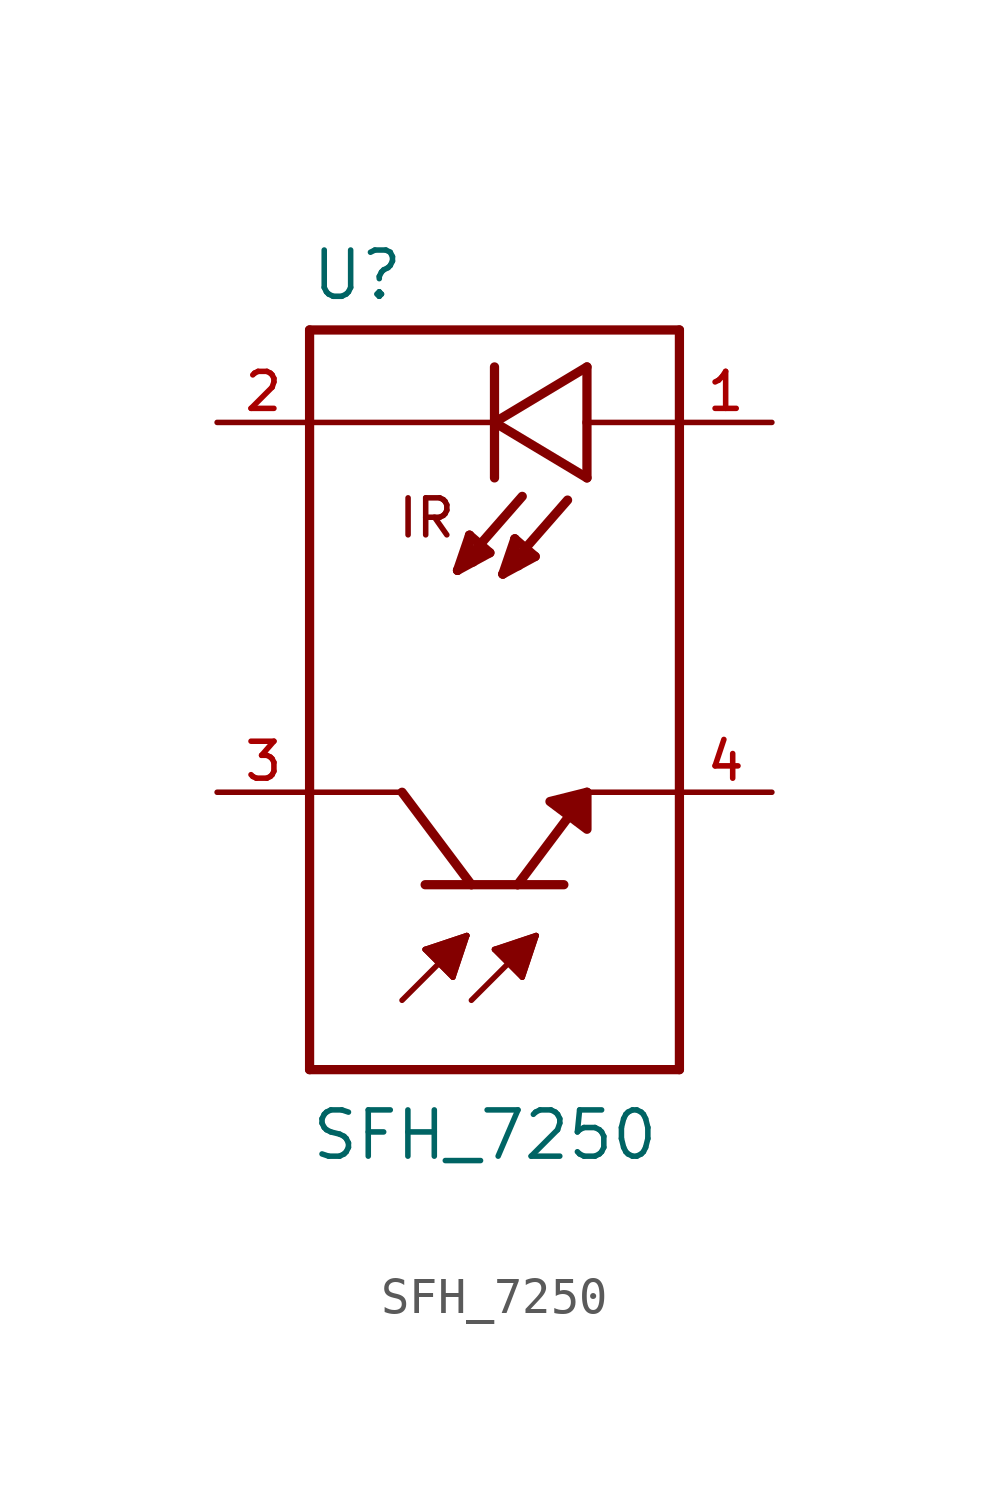
<source format=kicad_sym>
(kicad_symbol_lib
  (version 20231120)
  (generator "kicad_symbol_editor")
  (generator_version "8.0")
  (symbol "SFH_7250"
    (pin_names
      (offset 1.016))
    (property "Reference" "U"
      (at -5.08 10.922 0)
      (effects (font (size 1.27 1.27)) (justify left bottom)))
    (property "Value" "SFH_7250"
      (at -5.08 -12.7 0)
      (effects (font (size 1.27 1.27)) (justify left bottom)))
    (symbol "SFH_7250_0_0"
      (polyline (pts (xy -5.08 -10.16) (xy -5.08 -2.54)) (stroke (width 0.254) (type default)) (fill (type none)))
      (polyline (pts (xy -5.08 -2.54) (xy -5.08 10.16)) (stroke (width 0.254) (type default)) (fill (type none)))
      (polyline (pts (xy -5.08 10.16) (xy 5.08 10.16)) (stroke (width 0.254) (type default)) (fill (type none)))
      (polyline (pts (xy -2.54 -8.255) (xy -0.762 -6.477)) (stroke (width 0.152) (type default)) (fill (type none)))
      (polyline (pts (xy -2.54 -2.54) (xy -5.08 -2.54)) (stroke (width 0.152) (type default)) (fill (type none)))
      (polyline (pts (xy -1.905 -6.858) (xy -0.762 -6.477)) (stroke (width 0.152) (type default)) (fill (type none)))
      (polyline (pts (xy -1.905 -5.08) (xy -0.635 -5.08)) (stroke (width 0.254) (type default)) (fill (type none)))
      (polyline (pts (xy -1.143 -7.62) (xy -1.905 -6.858)) (stroke (width 0.152) (type default)) (fill (type none)))
      (polyline (pts (xy -1.016 3.556) (xy -0.686 4.521)) (stroke (width 0.254) (type default)) (fill (type none)))
      (polyline (pts (xy -1.016 3.556) (xy 0.762 5.588)) (stroke (width 0.254) (type default)) (fill (type none)))
      (polyline (pts (xy -0.762 -6.477) (xy -1.143 -7.62)) (stroke (width 0.152) (type default)) (fill (type none)))
      (polyline (pts (xy -0.711 3.785) (xy -0.584 3.785)) (stroke (width 0.254) (type default)) (fill (type none)))
      (polyline (pts (xy -0.686 4.521) (xy -0.711 3.785)) (stroke (width 0.254) (type default)) (fill (type none)))
      (polyline (pts (xy -0.686 4.521) (xy -0.127 4.039)) (stroke (width 0.254) (type default)) (fill (type none)))
      (polyline (pts (xy -0.635 -8.255) (xy 1.143 -6.477)) (stroke (width 0.152) (type default)) (fill (type none)))
      (polyline (pts (xy -0.635 -5.08) (xy -2.54 -2.54)) (stroke (width 0.254) (type default)) (fill (type none)))
      (polyline (pts (xy -0.635 -5.08) (xy 0.635 -5.08)) (stroke (width 0.254) (type default)) (fill (type none)))
      (polyline (pts (xy -0.305 4.115) (xy -0.533 3.962)) (stroke (width 0.254) (type default)) (fill (type none)))
      (polyline (pts (xy -0.127 4.039) (xy -1.016 3.556)) (stroke (width 0.254) (type default)) (fill (type none)))
      (polyline (pts (xy 0 -6.858) (xy 1.143 -6.477)) (stroke (width 0.152) (type default)) (fill (type none)))
      (polyline (pts (xy 0 6.096) (xy 0 7.62)) (stroke (width 0.254) (type default)) (fill (type none)))
      (polyline (pts (xy 0 7.62) (xy -5.08 7.62)) (stroke (width 0.152) (type default)) (fill (type none)))
      (polyline (pts (xy 0 7.62) (xy 0 9.144)) (stroke (width 0.254) (type default)) (fill (type none)))
      (polyline (pts (xy 0 7.62) (xy 2.54 6.096)) (stroke (width 0.254) (type default)) (fill (type none)))
      (polyline (pts (xy 0.229 3.454) (xy 0.559 4.42)) (stroke (width 0.254) (type default)) (fill (type none)))
      (polyline (pts (xy 0.229 3.454) (xy 2.007 5.486)) (stroke (width 0.254) (type default)) (fill (type none)))
      (polyline (pts (xy 0.533 3.683) (xy 0.66 3.683)) (stroke (width 0.254) (type default)) (fill (type none)))
      (polyline (pts (xy 0.559 4.42) (xy 0.533 3.683)) (stroke (width 0.254) (type default)) (fill (type none)))
      (polyline (pts (xy 0.559 4.42) (xy 1.118 3.937)) (stroke (width 0.254) (type default)) (fill (type none)))
      (polyline (pts (xy 0.635 -5.08) (xy 1.905 -5.08)) (stroke (width 0.254) (type default)) (fill (type none)))
      (polyline (pts (xy 0.635 -5.08) (xy 2.54 -2.54)) (stroke (width 0.254) (type default)) (fill (type none)))
      (polyline (pts (xy 0.762 -7.62) (xy 0 -6.858)) (stroke (width 0.152) (type default)) (fill (type none)))
      (polyline (pts (xy 0.94 4.013) (xy 0.711 3.861)) (stroke (width 0.254) (type default)) (fill (type none)))
      (polyline (pts (xy 1.118 3.937) (xy 0.229 3.454)) (stroke (width 0.254) (type default)) (fill (type none)))
      (polyline (pts (xy 1.143 -6.477) (xy 0.762 -7.62)) (stroke (width 0.152) (type default)) (fill (type none)))
      (polyline (pts (xy 2.286 -2.794) (xy 2.54 -2.54)) (stroke (width 0.152) (type default)) (fill (type none)))
      (polyline (pts (xy 2.54 6.096) (xy 2.54 7.62)) (stroke (width 0.254) (type default)) (fill (type none)))
      (polyline (pts (xy 2.54 7.62) (xy 2.54 9.144)) (stroke (width 0.254) (type default)) (fill (type none)))
      (polyline (pts (xy 2.54 7.62) (xy 5.08 7.62)) (stroke (width 0.152) (type default)) (fill (type none)))
      (polyline (pts (xy 2.54 9.144) (xy 0 7.62)) (stroke (width 0.254) (type default)) (fill (type none)))
      (polyline (pts (xy 5.08 -10.16) (xy -5.08 -10.16)) (stroke (width 0.254) (type default)) (fill (type none)))
      (polyline (pts (xy 5.08 -10.16) (xy 5.08 -2.54)) (stroke (width 0.254) (type default)) (fill (type none)))
      (polyline (pts (xy 5.08 -2.54) (xy 2.54 -2.54)) (stroke (width 0.152) (type default)) (fill (type none)))
      (polyline (pts (xy 5.08 -2.54) (xy 5.08 10.16)) (stroke (width 0.254) (type default)) (fill (type none)))
      (polyline (pts (xy -1.143 -7.62) (xy -0.762 -6.477) (xy -1.905 -6.858) (xy -1.143 -7.62)) (stroke (width 0.152) (type default)) (fill (type outline)))
      (polyline (pts (xy 0.762 -7.62) (xy 1.143 -6.477) (xy 0 -6.858) (xy 0.762 -7.62)) (stroke (width 0.152) (type default)) (fill (type outline)))
      (polyline (pts (xy 2.54 -2.54) (xy 1.524 -2.794) (xy 2.54 -3.556) (xy 2.54 -2.54)) (stroke (width 0.254) (type default)) (fill (type outline)))
      (text "IR" (at -1.016 5.588 0) (effects (font (size 1.016 1.016)) (justify right top)))
      (pin passive line (at 7.62 7.62 180) (length 2.54) (name "~" (effects (font (size 1.016 1.016)))) (number "1" (effects (font (size 1.016 1.016)))))
      (pin passive line (at -7.62 7.62 0) (length 2.54) (name "~" (effects (font (size 1.016 1.016)))) (number "2" (effects (font (size 1.016 1.016)))))
      (pin passive line (at -7.62 -2.54 0) (length 2.54) (name "~" (effects (font (size 1.016 1.016)))) (number "3" (effects (font (size 1.016 1.016)))))
      (pin passive line (at 7.62 -2.54 180) (length 2.54) (name "~" (effects (font (size 1.016 1.016)))) (number "4" (effects (font (size 1.016 1.016))))))))
</source>
